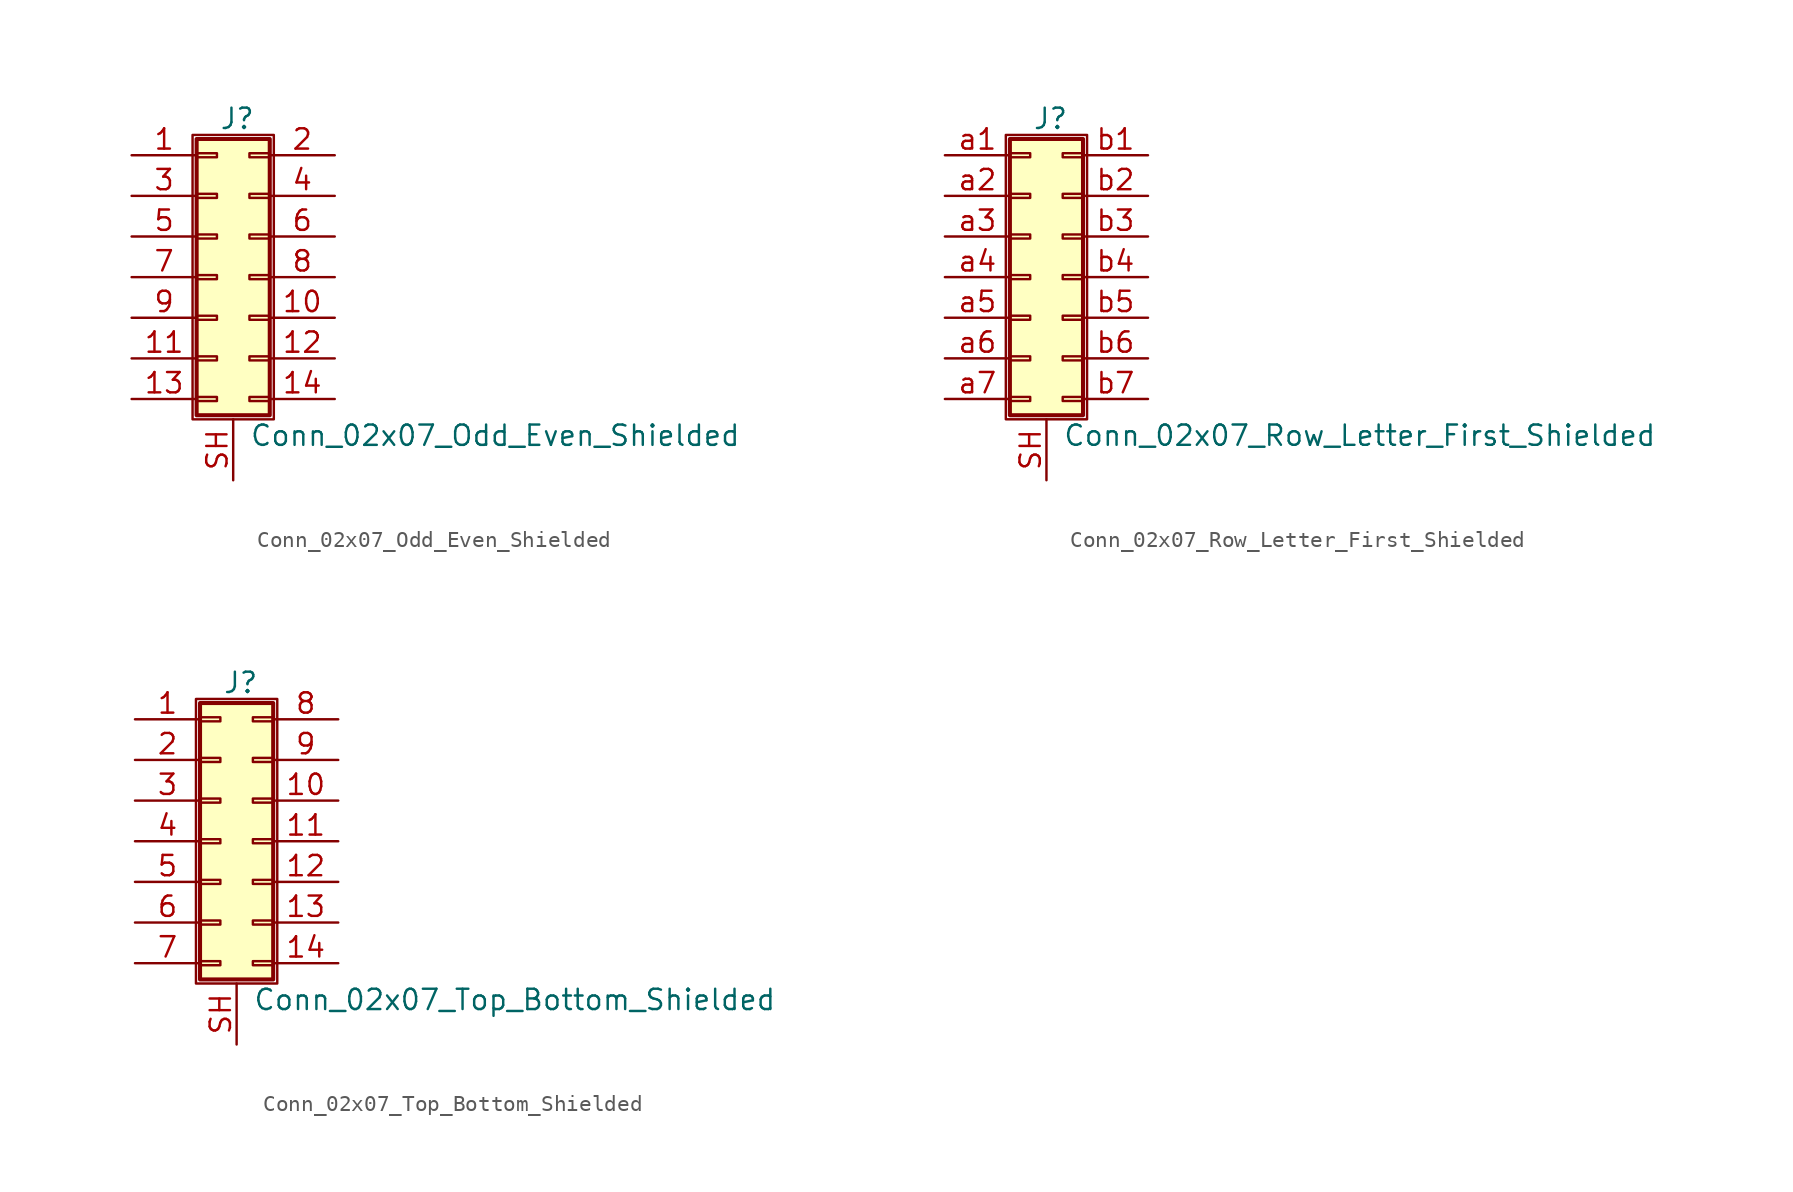
<source format=kicad_sym>
(kicad_symbol_lib
  (version 20201005)
  (generator kicad_symbol_editor)
  (symbol "Conn_02x07_Odd_Even_Shielded"
    (pin_names
      (offset 1.016) hide)
    (property "Reference" "J"
      (at 1.524 9.906 0)
      (effects (font (size 1.27 1.27))))
    (property "Value" "Conn_02x07_Odd_Even_Shielded"
      (at 2.286 -9.906 0)
      (effects (font (size 1.27 1.27)) (justify left)))
    (symbol "Conn_02x07_Odd_Even_Shielded_1_1"
      (rectangle (start -1.27 8.89) (end 3.81 -8.89) (stroke (width 0.152)) (fill (type none)))
      (rectangle (start -1.016 -7.493) (end 0.254 -7.747) (stroke (width 0.152)) (fill (type none)))
      (rectangle (start -1.016 -4.953) (end 0.254 -5.207) (stroke (width 0.152)) (fill (type none)))
      (rectangle (start -1.016 -2.413) (end 0.254 -2.667) (stroke (width 0.152)) (fill (type none)))
      (rectangle (start -1.016 0.127) (end 0.254 -0.127) (stroke (width 0.152)) (fill (type none)))
      (rectangle (start -1.016 2.667) (end 0.254 2.413) (stroke (width 0.152)) (fill (type none)))
      (rectangle (start -1.016 5.207) (end 0.254 4.953) (stroke (width 0.152)) (fill (type none)))
      (rectangle (start -1.016 7.747) (end 0.254 7.493) (stroke (width 0.152)) (fill (type none)))
      (rectangle (start -1.016 8.636) (end 3.556 -8.636) (stroke (width 0.254)) (fill (type background)))
      (rectangle (start 3.556 -7.493) (end 2.286 -7.747) (stroke (width 0.152)) (fill (type none)))
      (rectangle (start 3.556 -4.953) (end 2.286 -5.207) (stroke (width 0.152)) (fill (type none)))
      (rectangle (start 3.556 -2.413) (end 2.286 -2.667) (stroke (width 0.152)) (fill (type none)))
      (rectangle (start 3.556 0.127) (end 2.286 -0.127) (stroke (width 0.152)) (fill (type none)))
      (rectangle (start 3.556 2.667) (end 2.286 2.413) (stroke (width 0.152)) (fill (type none)))
      (rectangle (start 3.556 5.207) (end 2.286 4.953) (stroke (width 0.152)) (fill (type none)))
      (rectangle (start 3.556 7.747) (end 2.286 7.493) (stroke (width 0.152)) (fill (type none)))
      (pin passive line (at -5.08 7.62 0) (length 4.064) (name "Pin_1" (effects (font (size 1.27 1.27)))) (number "1" (effects (font (size 1.27 1.27)))))
      (pin passive line (at 7.62 -2.54 180) (length 4.064) (name "Pin_10" (effects (font (size 1.27 1.27)))) (number "10" (effects (font (size 1.27 1.27)))))
      (pin passive line (at -5.08 -5.08 0) (length 4.064) (name "Pin_11" (effects (font (size 1.27 1.27)))) (number "11" (effects (font (size 1.27 1.27)))))
      (pin passive line (at 7.62 -5.08 180) (length 4.064) (name "Pin_12" (effects (font (size 1.27 1.27)))) (number "12" (effects (font (size 1.27 1.27)))))
      (pin passive line (at -5.08 -7.62 0) (length 4.064) (name "Pin_13" (effects (font (size 1.27 1.27)))) (number "13" (effects (font (size 1.27 1.27)))))
      (pin passive line (at 7.62 -7.62 180) (length 4.064) (name "Pin_14" (effects (font (size 1.27 1.27)))) (number "14" (effects (font (size 1.27 1.27)))))
      (pin passive line (at 7.62 7.62 180) (length 4.064) (name "Pin_2" (effects (font (size 1.27 1.27)))) (number "2" (effects (font (size 1.27 1.27)))))
      (pin passive line (at -5.08 5.08 0) (length 4.064) (name "Pin_3" (effects (font (size 1.27 1.27)))) (number "3" (effects (font (size 1.27 1.27)))))
      (pin passive line (at 7.62 5.08 180) (length 4.064) (name "Pin_4" (effects (font (size 1.27 1.27)))) (number "4" (effects (font (size 1.27 1.27)))))
      (pin passive line (at -5.08 2.54 0) (length 4.064) (name "Pin_5" (effects (font (size 1.27 1.27)))) (number "5" (effects (font (size 1.27 1.27)))))
      (pin passive line (at 7.62 2.54 180) (length 4.064) (name "Pin_6" (effects (font (size 1.27 1.27)))) (number "6" (effects (font (size 1.27 1.27)))))
      (pin passive line (at -5.08 0 0) (length 4.064) (name "Pin_7" (effects (font (size 1.27 1.27)))) (number "7" (effects (font (size 1.27 1.27)))))
      (pin passive line (at 7.62 0 180) (length 4.064) (name "Pin_8" (effects (font (size 1.27 1.27)))) (number "8" (effects (font (size 1.27 1.27)))))
      (pin passive line (at -5.08 -2.54 0) (length 4.064) (name "Pin_9" (effects (font (size 1.27 1.27)))) (number "9" (effects (font (size 1.27 1.27)))))
      (pin passive line (at 1.27 -12.7 90) (length 3.81) (name "Shield" (effects (font (size 1.27 1.27)))) (number "SH" (effects (font (size 1.27 1.27)))))))
  (symbol "Conn_02x07_Row_Letter_First_Shielded"
    (pin_names
      (offset 1.016) hide)
    (property "Reference" "J"
      (at 1.524 9.906 0)
      (effects (font (size 1.27 1.27))))
    (property "Value" "Conn_02x07_Row_Letter_First_Shielded"
      (at 2.286 -9.906 0)
      (effects (font (size 1.27 1.27)) (justify left)))
    (symbol "Conn_02x07_Row_Letter_First_Shielded_1_1"
      (rectangle (start -1.27 8.89) (end 3.81 -8.89) (stroke (width 0.152)) (fill (type none)))
      (rectangle (start -1.016 -7.493) (end 0.254 -7.747) (stroke (width 0.152)) (fill (type none)))
      (rectangle (start -1.016 -4.953) (end 0.254 -5.207) (stroke (width 0.152)) (fill (type none)))
      (rectangle (start -1.016 -2.413) (end 0.254 -2.667) (stroke (width 0.152)) (fill (type none)))
      (rectangle (start -1.016 0.127) (end 0.254 -0.127) (stroke (width 0.152)) (fill (type none)))
      (rectangle (start -1.016 2.667) (end 0.254 2.413) (stroke (width 0.152)) (fill (type none)))
      (rectangle (start -1.016 5.207) (end 0.254 4.953) (stroke (width 0.152)) (fill (type none)))
      (rectangle (start -1.016 7.747) (end 0.254 7.493) (stroke (width 0.152)) (fill (type none)))
      (rectangle (start -1.016 8.636) (end 3.556 -8.636) (stroke (width 0.254)) (fill (type background)))
      (rectangle (start 3.556 -7.493) (end 2.286 -7.747) (stroke (width 0.152)) (fill (type none)))
      (rectangle (start 3.556 -4.953) (end 2.286 -5.207) (stroke (width 0.152)) (fill (type none)))
      (rectangle (start 3.556 -2.413) (end 2.286 -2.667) (stroke (width 0.152)) (fill (type none)))
      (rectangle (start 3.556 0.127) (end 2.286 -0.127) (stroke (width 0.152)) (fill (type none)))
      (rectangle (start 3.556 2.667) (end 2.286 2.413) (stroke (width 0.152)) (fill (type none)))
      (rectangle (start 3.556 5.207) (end 2.286 4.953) (stroke (width 0.152)) (fill (type none)))
      (rectangle (start 3.556 7.747) (end 2.286 7.493) (stroke (width 0.152)) (fill (type none)))
      (pin passive line (at 1.27 -12.7 90) (length 3.81) (name "Shield" (effects (font (size 1.27 1.27)))) (number "SH" (effects (font (size 1.27 1.27)))))
      (pin passive line (at -5.08 7.62 0) (length 4.064) (name "Pin_a1" (effects (font (size 1.27 1.27)))) (number "a1" (effects (font (size 1.27 1.27)))))
      (pin passive line (at -5.08 5.08 0) (length 4.064) (name "Pin_a2" (effects (font (size 1.27 1.27)))) (number "a2" (effects (font (size 1.27 1.27)))))
      (pin passive line (at -5.08 2.54 0) (length 4.064) (name "Pin_a3" (effects (font (size 1.27 1.27)))) (number "a3" (effects (font (size 1.27 1.27)))))
      (pin passive line (at -5.08 0 0) (length 4.064) (name "Pin_a4" (effects (font (size 1.27 1.27)))) (number "a4" (effects (font (size 1.27 1.27)))))
      (pin passive line (at -5.08 -2.54 0) (length 4.064) (name "Pin_a5" (effects (font (size 1.27 1.27)))) (number "a5" (effects (font (size 1.27 1.27)))))
      (pin passive line (at -5.08 -5.08 0) (length 4.064) (name "Pin_a6" (effects (font (size 1.27 1.27)))) (number "a6" (effects (font (size 1.27 1.27)))))
      (pin passive line (at -5.08 -7.62 0) (length 4.064) (name "Pin_a7" (effects (font (size 1.27 1.27)))) (number "a7" (effects (font (size 1.27 1.27)))))
      (pin passive line (at 7.62 7.62 180) (length 4.064) (name "Pin_b1" (effects (font (size 1.27 1.27)))) (number "b1" (effects (font (size 1.27 1.27)))))
      (pin passive line (at 7.62 5.08 180) (length 4.064) (name "Pin_b2" (effects (font (size 1.27 1.27)))) (number "b2" (effects (font (size 1.27 1.27)))))
      (pin passive line (at 7.62 2.54 180) (length 4.064) (name "Pin_b3" (effects (font (size 1.27 1.27)))) (number "b3" (effects (font (size 1.27 1.27)))))
      (pin passive line (at 7.62 0 180) (length 4.064) (name "Pin_b4" (effects (font (size 1.27 1.27)))) (number "b4" (effects (font (size 1.27 1.27)))))
      (pin passive line (at 7.62 -2.54 180) (length 4.064) (name "Pin_b5" (effects (font (size 1.27 1.27)))) (number "b5" (effects (font (size 1.27 1.27)))))
      (pin passive line (at 7.62 -5.08 180) (length 4.064) (name "Pin_b6" (effects (font (size 1.27 1.27)))) (number "b6" (effects (font (size 1.27 1.27)))))
      (pin passive line (at 7.62 -7.62 180) (length 4.064) (name "Pin_b7" (effects (font (size 1.27 1.27)))) (number "b7" (effects (font (size 1.27 1.27)))))))
  (symbol "Conn_02x07_Top_Bottom_Shielded"
    (pin_names
      (offset 1.016) hide)
    (property "Reference" "J"
      (at 1.524 9.906 0)
      (effects (font (size 1.27 1.27))))
    (property "Value" "Conn_02x07_Top_Bottom_Shielded"
      (at 2.286 -9.906 0)
      (effects (font (size 1.27 1.27)) (justify left)))
    (symbol "Conn_02x07_Top_Bottom_Shielded_1_1"
      (rectangle (start -1.27 8.89) (end 3.81 -8.89) (stroke (width 0.152)) (fill (type none)))
      (rectangle (start -1.016 -7.493) (end 0.254 -7.747) (stroke (width 0.152)) (fill (type none)))
      (rectangle (start -1.016 -4.953) (end 0.254 -5.207) (stroke (width 0.152)) (fill (type none)))
      (rectangle (start -1.016 -2.413) (end 0.254 -2.667) (stroke (width 0.152)) (fill (type none)))
      (rectangle (start -1.016 0.127) (end 0.254 -0.127) (stroke (width 0.152)) (fill (type none)))
      (rectangle (start -1.016 2.667) (end 0.254 2.413) (stroke (width 0.152)) (fill (type none)))
      (rectangle (start -1.016 5.207) (end 0.254 4.953) (stroke (width 0.152)) (fill (type none)))
      (rectangle (start -1.016 7.747) (end 0.254 7.493) (stroke (width 0.152)) (fill (type none)))
      (rectangle (start -1.016 8.636) (end 3.556 -8.636) (stroke (width 0.254)) (fill (type background)))
      (rectangle (start 3.556 -7.493) (end 2.286 -7.747) (stroke (width 0.152)) (fill (type none)))
      (rectangle (start 3.556 -4.953) (end 2.286 -5.207) (stroke (width 0.152)) (fill (type none)))
      (rectangle (start 3.556 -2.413) (end 2.286 -2.667) (stroke (width 0.152)) (fill (type none)))
      (rectangle (start 3.556 0.127) (end 2.286 -0.127) (stroke (width 0.152)) (fill (type none)))
      (rectangle (start 3.556 2.667) (end 2.286 2.413) (stroke (width 0.152)) (fill (type none)))
      (rectangle (start 3.556 5.207) (end 2.286 4.953) (stroke (width 0.152)) (fill (type none)))
      (rectangle (start 3.556 7.747) (end 2.286 7.493) (stroke (width 0.152)) (fill (type none)))
      (pin passive line (at -5.08 7.62 0) (length 4.064) (name "Pin_1" (effects (font (size 1.27 1.27)))) (number "1" (effects (font (size 1.27 1.27)))))
      (pin passive line (at 7.62 2.54 180) (length 4.064) (name "Pin_10" (effects (font (size 1.27 1.27)))) (number "10" (effects (font (size 1.27 1.27)))))
      (pin passive line (at 7.62 0 180) (length 4.064) (name "Pin_11" (effects (font (size 1.27 1.27)))) (number "11" (effects (font (size 1.27 1.27)))))
      (pin passive line (at 7.62 -2.54 180) (length 4.064) (name "Pin_12" (effects (font (size 1.27 1.27)))) (number "12" (effects (font (size 1.27 1.27)))))
      (pin passive line (at 7.62 -5.08 180) (length 4.064) (name "Pin_13" (effects (font (size 1.27 1.27)))) (number "13" (effects (font (size 1.27 1.27)))))
      (pin passive line (at 7.62 -7.62 180) (length 4.064) (name "Pin_14" (effects (font (size 1.27 1.27)))) (number "14" (effects (font (size 1.27 1.27)))))
      (pin passive line (at -5.08 5.08 0) (length 4.064) (name "Pin_2" (effects (font (size 1.27 1.27)))) (number "2" (effects (font (size 1.27 1.27)))))
      (pin passive line (at -5.08 2.54 0) (length 4.064) (name "Pin_3" (effects (font (size 1.27 1.27)))) (number "3" (effects (font (size 1.27 1.27)))))
      (pin passive line (at -5.08 0 0) (length 4.064) (name "Pin_4" (effects (font (size 1.27 1.27)))) (number "4" (effects (font (size 1.27 1.27)))))
      (pin passive line (at -5.08 -2.54 0) (length 4.064) (name "Pin_5" (effects (font (size 1.27 1.27)))) (number "5" (effects (font (size 1.27 1.27)))))
      (pin passive line (at -5.08 -5.08 0) (length 4.064) (name "Pin_6" (effects (font (size 1.27 1.27)))) (number "6" (effects (font (size 1.27 1.27)))))
      (pin passive line (at -5.08 -7.62 0) (length 4.064) (name "Pin_7" (effects (font (size 1.27 1.27)))) (number "7" (effects (font (size 1.27 1.27)))))
      (pin passive line (at 7.62 7.62 180) (length 4.064) (name "Pin_8" (effects (font (size 1.27 1.27)))) (number "8" (effects (font (size 1.27 1.27)))))
      (pin passive line (at 7.62 5.08 180) (length 4.064) (name "Pin_9" (effects (font (size 1.27 1.27)))) (number "9" (effects (font (size 1.27 1.27)))))
      (pin passive line (at 1.27 -12.7 90) (length 3.81) (name "Shield" (effects (font (size 1.27 1.27)))) (number "SH" (effects (font (size 1.27 1.27))))))))
</source>
